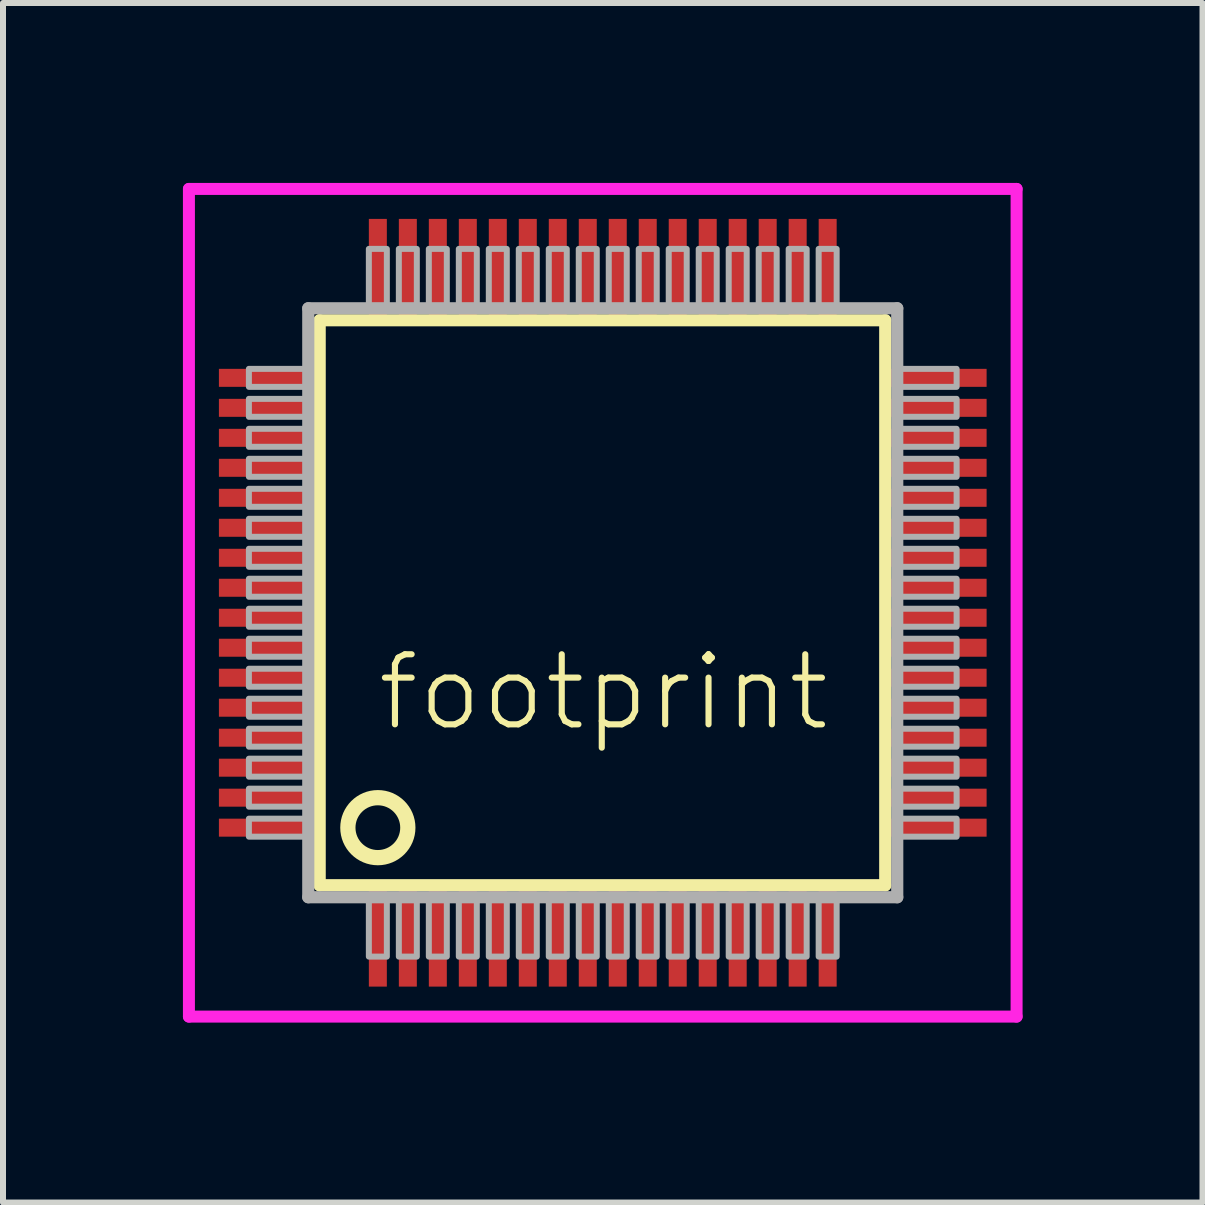
<source format=kicad_pcb>
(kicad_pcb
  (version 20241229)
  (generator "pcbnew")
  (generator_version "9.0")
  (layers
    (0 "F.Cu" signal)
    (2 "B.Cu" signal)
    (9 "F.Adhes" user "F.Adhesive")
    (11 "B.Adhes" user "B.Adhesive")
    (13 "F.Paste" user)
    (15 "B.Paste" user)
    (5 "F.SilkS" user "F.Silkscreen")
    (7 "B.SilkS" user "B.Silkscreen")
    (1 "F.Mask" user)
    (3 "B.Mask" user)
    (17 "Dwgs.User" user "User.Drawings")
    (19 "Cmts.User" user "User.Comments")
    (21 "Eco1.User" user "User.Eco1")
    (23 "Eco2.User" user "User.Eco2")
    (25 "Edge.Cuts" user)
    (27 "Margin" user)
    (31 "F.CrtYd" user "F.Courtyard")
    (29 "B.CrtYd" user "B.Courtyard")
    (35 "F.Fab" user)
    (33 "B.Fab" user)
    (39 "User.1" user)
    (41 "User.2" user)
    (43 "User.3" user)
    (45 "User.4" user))
  (footprint "footprint"
    (layer "F.Cu")
    (at 7 7)
    (property "Reference" "footprint" (at -3.81 2.175 0) (layer "F.SilkS") (effects (font (size 1.168 1.168) (thickness 0.102)) (justify left bottom)))
    (fp_line (start -4.72 -4.71) (end 4.71 -4.71) (stroke (width 0.203) (type solid)) (layer "F.SilkS"))
    (fp_line (start -4.72 4.71) (end -4.72 -4.71) (stroke (width 0.203) (type solid)) (layer "F.SilkS"))
    (fp_line (start 4.71 -4.71) (end 4.71 4.71) (stroke (width 0.203) (type solid)) (layer "F.SilkS"))
    (fp_line (start 4.71 4.71) (end -4.72 4.71) (stroke (width 0.203) (type solid)) (layer "F.SilkS"))
    (fp_circle (center -3.75 3.75) (end -3.25 3.75) (stroke (width 0.254) (type solid)) (fill no) (layer "F.SilkS"))
    (fp_line (start -6.9 -6.9) (end 6.9 -6.9) (stroke (width 0.2) (type solid)) (layer "F.CrtYd"))
    (fp_line (start -6.9 6.9) (end -6.9 -6.9) (stroke (width 0.2) (type solid)) (layer "F.CrtYd"))
    (fp_line (start 6.9 -6.9) (end 6.9 6.9) (stroke (width 0.2) (type solid)) (layer "F.CrtYd"))
    (fp_line (start 6.9 6.9) (end -6.9 6.9) (stroke (width 0.2) (type solid)) (layer "F.CrtYd"))
    (fp_line (start -4.91 -4.91) (end -4.91 4.91) (stroke (width 0.203) (type solid)) (layer "F.Fab"))
    (fp_line (start -4.91 4.91) (end 4.91 4.91) (stroke (width 0.203) (type solid)) (layer "F.Fab"))
    (fp_line (start 4.91 -4.91) (end -4.91 -4.91) (stroke (width 0.203) (type solid)) (layer "F.Fab"))
    (fp_line (start 4.91 4.91) (end 4.91 -4.91) (stroke (width 0.203) (type solid)) (layer "F.Fab"))
    (fp_poly (pts (xy -5.9 -3.6) (xy -4.95 -3.6) (xy -4.95 -3.9) (xy -5.9 -3.9)) (stroke (width 0.1) (type solid)) (fill no) (layer "F.Fab"))
    (fp_poly (pts (xy -5.9 -3.1) (xy -4.95 -3.1) (xy -4.95 -3.4) (xy -5.9 -3.4)) (stroke (width 0.1) (type solid)) (fill no) (layer "F.Fab"))
    (fp_poly (pts (xy -5.9 -2.6) (xy -4.95 -2.6) (xy -4.95 -2.9) (xy -5.9 -2.9)) (stroke (width 0.1) (type solid)) (fill no) (layer "F.Fab"))
    (fp_poly (pts (xy -5.9 -2.1) (xy -4.95 -2.1) (xy -4.95 -2.4) (xy -5.9 -2.4)) (stroke (width 0.1) (type solid)) (fill no) (layer "F.Fab"))
    (fp_poly (pts (xy -5.9 -1.6) (xy -4.95 -1.6) (xy -4.95 -1.9) (xy -5.9 -1.9)) (stroke (width 0.1) (type solid)) (fill no) (layer "F.Fab"))
    (fp_poly (pts (xy -5.9 -1.1) (xy -4.95 -1.1) (xy -4.95 -1.4) (xy -5.9 -1.4)) (stroke (width 0.1) (type solid)) (fill no) (layer "F.Fab"))
    (fp_poly (pts (xy -5.9 -0.6) (xy -4.95 -0.6) (xy -4.95 -0.9) (xy -5.9 -0.9)) (stroke (width 0.1) (type solid)) (fill no) (layer "F.Fab"))
    (fp_poly (pts (xy -5.9 -0.1) (xy -4.95 -0.1) (xy -4.95 -0.4) (xy -5.9 -0.4)) (stroke (width 0.1) (type solid)) (fill no) (layer "F.Fab"))
    (fp_poly (pts (xy -5.9 0.4) (xy -4.95 0.4) (xy -4.95 0.1) (xy -5.9 0.1)) (stroke (width 0.1) (type solid)) (fill no) (layer "F.Fab"))
    (fp_poly (pts (xy -5.9 0.9) (xy -4.95 0.9) (xy -4.95 0.6) (xy -5.9 0.6)) (stroke (width 0.1) (type solid)) (fill no) (layer "F.Fab"))
    (fp_poly (pts (xy -5.9 1.4) (xy -4.95 1.4) (xy -4.95 1.1) (xy -5.9 1.1)) (stroke (width 0.1) (type solid)) (fill no) (layer "F.Fab"))
    (fp_poly (pts (xy -5.9 1.9) (xy -4.95 1.9) (xy -4.95 1.6) (xy -5.9 1.6)) (stroke (width 0.1) (type solid)) (fill no) (layer "F.Fab"))
    (fp_poly (pts (xy -5.9 2.4) (xy -4.95 2.4) (xy -4.95 2.1) (xy -5.9 2.1)) (stroke (width 0.1) (type solid)) (fill no) (layer "F.Fab"))
    (fp_poly (pts (xy -5.9 2.9) (xy -4.95 2.9) (xy -4.95 2.6) (xy -5.9 2.6)) (stroke (width 0.1) (type solid)) (fill no) (layer "F.Fab"))
    (fp_poly (pts (xy -5.9 3.4) (xy -4.95 3.4) (xy -4.95 3.1) (xy -5.9 3.1)) (stroke (width 0.1) (type solid)) (fill no) (layer "F.Fab"))
    (fp_poly (pts (xy -5.9 3.9) (xy -4.95 3.9) (xy -4.95 3.6) (xy -5.9 3.6)) (stroke (width 0.1) (type solid)) (fill no) (layer "F.Fab"))
    (fp_poly (pts (xy -3.9 -4.95) (xy -3.6 -4.95) (xy -3.6 -5.9) (xy -3.9 -5.9)) (stroke (width 0.1) (type solid)) (fill no) (layer "F.Fab"))
    (fp_poly (pts (xy -3.9 5.9) (xy -3.6 5.9) (xy -3.6 4.95) (xy -3.9 4.95)) (stroke (width 0.1) (type solid)) (fill no) (layer "F.Fab"))
    (fp_poly (pts (xy -3.4 -4.95) (xy -3.1 -4.95) (xy -3.1 -5.9) (xy -3.4 -5.9)) (stroke (width 0.1) (type solid)) (fill no) (layer "F.Fab"))
    (fp_poly (pts (xy -3.4 5.9) (xy -3.1 5.9) (xy -3.1 4.95) (xy -3.4 4.95)) (stroke (width 0.1) (type solid)) (fill no) (layer "F.Fab"))
    (fp_poly (pts (xy -2.9 -4.95) (xy -2.6 -4.95) (xy -2.6 -5.9) (xy -2.9 -5.9)) (stroke (width 0.1) (type solid)) (fill no) (layer "F.Fab"))
    (fp_poly (pts (xy -2.9 5.9) (xy -2.6 5.9) (xy -2.6 4.95) (xy -2.9 4.95)) (stroke (width 0.1) (type solid)) (fill no) (layer "F.Fab"))
    (fp_poly (pts (xy -2.4 -4.95) (xy -2.1 -4.95) (xy -2.1 -5.9) (xy -2.4 -5.9)) (stroke (width 0.1) (type solid)) (fill no) (layer "F.Fab"))
    (fp_poly (pts (xy -2.4 5.9) (xy -2.1 5.9) (xy -2.1 4.95) (xy -2.4 4.95)) (stroke (width 0.1) (type solid)) (fill no) (layer "F.Fab"))
    (fp_poly (pts (xy -1.9 -4.95) (xy -1.6 -4.95) (xy -1.6 -5.9) (xy -1.9 -5.9)) (stroke (width 0.1) (type solid)) (fill no) (layer "F.Fab"))
    (fp_poly (pts (xy -1.9 5.9) (xy -1.6 5.9) (xy -1.6 4.95) (xy -1.9 4.95)) (stroke (width 0.1) (type solid)) (fill no) (layer "F.Fab"))
    (fp_poly (pts (xy -1.4 -4.95) (xy -1.1 -4.95) (xy -1.1 -5.9) (xy -1.4 -5.9)) (stroke (width 0.1) (type solid)) (fill no) (layer "F.Fab"))
    (fp_poly (pts (xy -1.4 5.9) (xy -1.1 5.9) (xy -1.1 4.95) (xy -1.4 4.95)) (stroke (width 0.1) (type solid)) (fill no) (layer "F.Fab"))
    (fp_poly (pts (xy -0.9 -4.95) (xy -0.6 -4.95) (xy -0.6 -5.9) (xy -0.9 -5.9)) (stroke (width 0.1) (type solid)) (fill no) (layer "F.Fab"))
    (fp_poly (pts (xy -0.9 5.9) (xy -0.6 5.9) (xy -0.6 4.95) (xy -0.9 4.95)) (stroke (width 0.1) (type solid)) (fill no) (layer "F.Fab"))
    (fp_poly (pts (xy -0.4 -4.95) (xy -0.1 -4.95) (xy -0.1 -5.9) (xy -0.4 -5.9)) (stroke (width 0.1) (type solid)) (fill no) (layer "F.Fab"))
    (fp_poly (pts (xy -0.4 5.9) (xy -0.1 5.9) (xy -0.1 4.95) (xy -0.4 4.95)) (stroke (width 0.1) (type solid)) (fill no) (layer "F.Fab"))
    (fp_poly (pts (xy 0.1 -4.95) (xy 0.4 -4.95) (xy 0.4 -5.9) (xy 0.1 -5.9)) (stroke (width 0.1) (type solid)) (fill no) (layer "F.Fab"))
    (fp_poly (pts (xy 0.1 5.9) (xy 0.4 5.9) (xy 0.4 4.95) (xy 0.1 4.95)) (stroke (width 0.1) (type solid)) (fill no) (layer "F.Fab"))
    (fp_poly (pts (xy 0.6 -4.95) (xy 0.9 -4.95) (xy 0.9 -5.9) (xy 0.6 -5.9)) (stroke (width 0.1) (type solid)) (fill no) (layer "F.Fab"))
    (fp_poly (pts (xy 0.6 5.9) (xy 0.9 5.9) (xy 0.9 4.95) (xy 0.6 4.95)) (stroke (width 0.1) (type solid)) (fill no) (layer "F.Fab"))
    (fp_poly (pts (xy 1.1 -4.95) (xy 1.4 -4.95) (xy 1.4 -5.9) (xy 1.1 -5.9)) (stroke (width 0.1) (type solid)) (fill no) (layer "F.Fab"))
    (fp_poly (pts (xy 1.1 5.9) (xy 1.4 5.9) (xy 1.4 4.95) (xy 1.1 4.95)) (stroke (width 0.1) (type solid)) (fill no) (layer "F.Fab"))
    (fp_poly (pts (xy 1.6 -4.95) (xy 1.9 -4.95) (xy 1.9 -5.9) (xy 1.6 -5.9)) (stroke (width 0.1) (type solid)) (fill no) (layer "F.Fab"))
    (fp_poly (pts (xy 1.6 5.9) (xy 1.9 5.9) (xy 1.9 4.95) (xy 1.6 4.95)) (stroke (width 0.1) (type solid)) (fill no) (layer "F.Fab"))
    (fp_poly (pts (xy 2.1 -4.95) (xy 2.4 -4.95) (xy 2.4 -5.9) (xy 2.1 -5.9)) (stroke (width 0.1) (type solid)) (fill no) (layer "F.Fab"))
    (fp_poly (pts (xy 2.1 5.9) (xy 2.4 5.9) (xy 2.4 4.95) (xy 2.1 4.95)) (stroke (width 0.1) (type solid)) (fill no) (layer "F.Fab"))
    (fp_poly (pts (xy 2.6 -4.95) (xy 2.9 -4.95) (xy 2.9 -5.9) (xy 2.6 -5.9)) (stroke (width 0.1) (type solid)) (fill no) (layer "F.Fab"))
    (fp_poly (pts (xy 2.6 5.9) (xy 2.9 5.9) (xy 2.9 4.95) (xy 2.6 4.95)) (stroke (width 0.1) (type solid)) (fill no) (layer "F.Fab"))
    (fp_poly (pts (xy 3.1 -4.95) (xy 3.4 -4.95) (xy 3.4 -5.9) (xy 3.1 -5.9)) (stroke (width 0.1) (type solid)) (fill no) (layer "F.Fab"))
    (fp_poly (pts (xy 3.1 5.9) (xy 3.4 5.9) (xy 3.4 4.95) (xy 3.1 4.95)) (stroke (width 0.1) (type solid)) (fill no) (layer "F.Fab"))
    (fp_poly (pts (xy 3.6 -4.95) (xy 3.9 -4.95) (xy 3.9 -5.9) (xy 3.6 -5.9)) (stroke (width 0.1) (type solid)) (fill no) (layer "F.Fab"))
    (fp_poly (pts (xy 3.6 5.9) (xy 3.9 5.9) (xy 3.9 4.95) (xy 3.6 4.95)) (stroke (width 0.1) (type solid)) (fill no) (layer "F.Fab"))
    (fp_poly (pts (xy 4.95 -3.6) (xy 5.9 -3.6) (xy 5.9 -3.9) (xy 4.95 -3.9)) (stroke (width 0.1) (type solid)) (fill no) (layer "F.Fab"))
    (fp_poly (pts (xy 4.95 -3.1) (xy 5.9 -3.1) (xy 5.9 -3.4) (xy 4.95 -3.4)) (stroke (width 0.1) (type solid)) (fill no) (layer "F.Fab"))
    (fp_poly (pts (xy 4.95 -2.6) (xy 5.9 -2.6) (xy 5.9 -2.9) (xy 4.95 -2.9)) (stroke (width 0.1) (type solid)) (fill no) (layer "F.Fab"))
    (fp_poly (pts (xy 4.95 -2.1) (xy 5.9 -2.1) (xy 5.9 -2.4) (xy 4.95 -2.4)) (stroke (width 0.1) (type solid)) (fill no) (layer "F.Fab"))
    (fp_poly (pts (xy 4.95 -1.6) (xy 5.9 -1.6) (xy 5.9 -1.9) (xy 4.95 -1.9)) (stroke (width 0.1) (type solid)) (fill no) (layer "F.Fab"))
    (fp_poly (pts (xy 4.95 -1.1) (xy 5.9 -1.1) (xy 5.9 -1.4) (xy 4.95 -1.4)) (stroke (width 0.1) (type solid)) (fill no) (layer "F.Fab"))
    (fp_poly (pts (xy 4.95 -0.6) (xy 5.9 -0.6) (xy 5.9 -0.9) (xy 4.95 -0.9)) (stroke (width 0.1) (type solid)) (fill no) (layer "F.Fab"))
    (fp_poly (pts (xy 4.95 -0.1) (xy 5.9 -0.1) (xy 5.9 -0.4) (xy 4.95 -0.4)) (stroke (width 0.1) (type solid)) (fill no) (layer "F.Fab"))
    (fp_poly (pts (xy 4.95 0.4) (xy 5.9 0.4) (xy 5.9 0.1) (xy 4.95 0.1)) (stroke (width 0.1) (type solid)) (fill no) (layer "F.Fab"))
    (fp_poly (pts (xy 4.95 0.9) (xy 5.9 0.9) (xy 5.9 0.6) (xy 4.95 0.6)) (stroke (width 0.1) (type solid)) (fill no) (layer "F.Fab"))
    (fp_poly (pts (xy 4.95 1.4) (xy 5.9 1.4) (xy 5.9 1.1) (xy 4.95 1.1)) (stroke (width 0.1) (type solid)) (fill no) (layer "F.Fab"))
    (fp_poly (pts (xy 4.95 1.9) (xy 5.9 1.9) (xy 5.9 1.6) (xy 4.95 1.6)) (stroke (width 0.1) (type solid)) (fill no) (layer "F.Fab"))
    (fp_poly (pts (xy 4.95 2.4) (xy 5.9 2.4) (xy 5.9 2.1) (xy 4.95 2.1)) (stroke (width 0.1) (type solid)) (fill no) (layer "F.Fab"))
    (fp_poly (pts (xy 4.95 2.9) (xy 5.9 2.9) (xy 5.9 2.6) (xy 4.95 2.6)) (stroke (width 0.1) (type solid)) (fill no) (layer "F.Fab"))
    (fp_poly (pts (xy 4.95 3.4) (xy 5.9 3.4) (xy 5.9 3.1) (xy 4.95 3.1)) (stroke (width 0.1) (type solid)) (fill no) (layer "F.Fab"))
    (fp_poly (pts (xy 4.95 3.9) (xy 5.9 3.9) (xy 5.9 3.6) (xy 4.95 3.6)) (stroke (width 0.1) (type solid)) (fill no) (layer "F.Fab"))
    (pad "1" smd rect (at -3.75 5.6) (size 0.3 1.6) (layers "F.Cu" "F.Mask" "F.Paste"))
    (pad "2" smd rect (at -3.25 5.6) (size 0.3 1.6) (layers "F.Cu" "F.Mask" "F.Paste"))
    (pad "3" smd rect (at -2.75 5.6) (size 0.3 1.6) (layers "F.Cu" "F.Mask" "F.Paste"))
    (pad "4" smd rect (at -2.25 5.6) (size 0.3 1.6) (layers "F.Cu" "F.Mask" "F.Paste"))
    (pad "5" smd rect (at -1.75 5.6) (size 0.3 1.6) (layers "F.Cu" "F.Mask" "F.Paste"))
    (pad "6" smd rect (at -1.25 5.6) (size 0.3 1.6) (layers "F.Cu" "F.Mask" "F.Paste"))
    (pad "7" smd rect (at -0.75 5.6) (size 0.3 1.6) (layers "F.Cu" "F.Mask" "F.Paste"))
    (pad "8" smd rect (at -0.25 5.6) (size 0.3 1.6) (layers "F.Cu" "F.Mask" "F.Paste"))
    (pad "9" smd rect (at 0.25 5.6) (size 0.3 1.6) (layers "F.Cu" "F.Mask" "F.Paste"))
    (pad "10" smd rect (at 0.75 5.6) (size 0.3 1.6) (layers "F.Cu" "F.Mask" "F.Paste"))
    (pad "11" smd rect (at 1.25 5.6) (size 0.3 1.6) (layers "F.Cu" "F.Mask" "F.Paste"))
    (pad "12" smd rect (at 1.75 5.6) (size 0.3 1.6) (layers "F.Cu" "F.Mask" "F.Paste"))
    (pad "13" smd rect (at 2.25 5.6) (size 0.3 1.6) (layers "F.Cu" "F.Mask" "F.Paste"))
    (pad "14" smd rect (at 2.75 5.6) (size 0.3 1.6) (layers "F.Cu" "F.Mask" "F.Paste"))
    (pad "15" smd rect (at 3.25 5.6) (size 0.3 1.6) (layers "F.Cu" "F.Mask" "F.Paste"))
    (pad "16" smd rect (at 3.75 5.6) (size 0.3 1.6) (layers "F.Cu" "F.Mask" "F.Paste"))
    (pad "17" smd rect (at 5.6 3.75) (size 1.6 0.3) (layers "F.Cu" "F.Mask" "F.Paste"))
    (pad "18" smd rect (at 5.6 3.25) (size 1.6 0.3) (layers "F.Cu" "F.Mask" "F.Paste"))
    (pad "19" smd rect (at 5.6 2.75) (size 1.6 0.3) (layers "F.Cu" "F.Mask" "F.Paste"))
    (pad "20" smd rect (at 5.6 2.25) (size 1.6 0.3) (layers "F.Cu" "F.Mask" "F.Paste"))
    (pad "21" smd rect (at 5.6 1.75) (size 1.6 0.3) (layers "F.Cu" "F.Mask" "F.Paste"))
    (pad "22" smd rect (at 5.6 1.25) (size 1.6 0.3) (layers "F.Cu" "F.Mask" "F.Paste"))
    (pad "23" smd rect (at 5.6 0.75) (size 1.6 0.3) (layers "F.Cu" "F.Mask" "F.Paste"))
    (pad "24" smd rect (at 5.6 0.25) (size 1.6 0.3) (layers "F.Cu" "F.Mask" "F.Paste"))
    (pad "25" smd rect (at 5.6 -0.25) (size 1.6 0.3) (layers "F.Cu" "F.Mask" "F.Paste"))
    (pad "26" smd rect (at 5.6 -0.75) (size 1.6 0.3) (layers "F.Cu" "F.Mask" "F.Paste"))
    (pad "27" smd rect (at 5.6 -1.25) (size 1.6 0.3) (layers "F.Cu" "F.Mask" "F.Paste"))
    (pad "28" smd rect (at 5.6 -1.75) (size 1.6 0.3) (layers "F.Cu" "F.Mask" "F.Paste"))
    (pad "29" smd rect (at 5.6 -2.25) (size 1.6 0.3) (layers "F.Cu" "F.Mask" "F.Paste"))
    (pad "30" smd rect (at 5.6 -2.75) (size 1.6 0.3) (layers "F.Cu" "F.Mask" "F.Paste"))
    (pad "31" smd rect (at 5.6 -3.25) (size 1.6 0.3) (layers "F.Cu" "F.Mask" "F.Paste"))
    (pad "32" smd rect (at 5.6 -3.75) (size 1.6 0.3) (layers "F.Cu" "F.Mask" "F.Paste"))
    (pad "33" smd rect (at 3.75 -5.6) (size 0.3 1.6) (layers "F.Cu" "F.Mask" "F.Paste"))
    (pad "34" smd rect (at 3.25 -5.6) (size 0.3 1.6) (layers "F.Cu" "F.Mask" "F.Paste"))
    (pad "35" smd rect (at 2.75 -5.6) (size 0.3 1.6) (layers "F.Cu" "F.Mask" "F.Paste"))
    (pad "36" smd rect (at 2.25 -5.6) (size 0.3 1.6) (layers "F.Cu" "F.Mask" "F.Paste"))
    (pad "37" smd rect (at 1.75 -5.6) (size 0.3 1.6) (layers "F.Cu" "F.Mask" "F.Paste"))
    (pad "38" smd rect (at 1.25 -5.6) (size 0.3 1.6) (layers "F.Cu" "F.Mask" "F.Paste"))
    (pad "39" smd rect (at 0.75 -5.6) (size 0.3 1.6) (layers "F.Cu" "F.Mask" "F.Paste"))
    (pad "40" smd rect (at 0.25 -5.6) (size 0.3 1.6) (layers "F.Cu" "F.Mask" "F.Paste"))
    (pad "41" smd rect (at -0.25 -5.6) (size 0.3 1.6) (layers "F.Cu" "F.Mask" "F.Paste"))
    (pad "42" smd rect (at -0.75 -5.6) (size 0.3 1.6) (layers "F.Cu" "F.Mask" "F.Paste"))
    (pad "43" smd rect (at -1.25 -5.6) (size 0.3 1.6) (layers "F.Cu" "F.Mask" "F.Paste"))
    (pad "44" smd rect (at -1.75 -5.6) (size 0.3 1.6) (layers "F.Cu" "F.Mask" "F.Paste"))
    (pad "45" smd rect (at -2.25 -5.6) (size 0.3 1.6) (layers "F.Cu" "F.Mask" "F.Paste"))
    (pad "46" smd rect (at -2.75 -5.6) (size 0.3 1.6) (layers "F.Cu" "F.Mask" "F.Paste"))
    (pad "47" smd rect (at -3.25 -5.6) (size 0.3 1.6) (layers "F.Cu" "F.Mask" "F.Paste"))
    (pad "48" smd rect (at -3.75 -5.6) (size 0.3 1.6) (layers "F.Cu" "F.Mask" "F.Paste"))
    (pad "49" smd rect (at -5.6 -3.75) (size 1.6 0.3) (layers "F.Cu" "F.Mask" "F.Paste"))
    (pad "50" smd rect (at -5.6 -3.25) (size 1.6 0.3) (layers "F.Cu" "F.Mask" "F.Paste"))
    (pad "51" smd rect (at -5.6 -2.75) (size 1.6 0.3) (layers "F.Cu" "F.Mask" "F.Paste"))
    (pad "52" smd rect (at -5.6 -2.25) (size 1.6 0.3) (layers "F.Cu" "F.Mask" "F.Paste"))
    (pad "53" smd rect (at -5.6 -1.75) (size 1.6 0.3) (layers "F.Cu" "F.Mask" "F.Paste"))
    (pad "54" smd rect (at -5.6 -1.25) (size 1.6 0.3) (layers "F.Cu" "F.Mask" "F.Paste"))
    (pad "55" smd rect (at -5.6 -0.75) (size 1.6 0.3) (layers "F.Cu" "F.Mask" "F.Paste"))
    (pad "56" smd rect (at -5.6 -0.25) (size 1.6 0.3) (layers "F.Cu" "F.Mask" "F.Paste"))
    (pad "57" smd rect (at -5.6 0.25) (size 1.6 0.3) (layers "F.Cu" "F.Mask" "F.Paste"))
    (pad "58" smd rect (at -5.6 0.75) (size 1.6 0.3) (layers "F.Cu" "F.Mask" "F.Paste"))
    (pad "59" smd rect (at -5.6 1.25) (size 1.6 0.3) (layers "F.Cu" "F.Mask" "F.Paste"))
    (pad "60" smd rect (at -5.6 1.75) (size 1.6 0.3) (layers "F.Cu" "F.Mask" "F.Paste"))
    (pad "61" smd rect (at -5.6 2.25) (size 1.6 0.3) (layers "F.Cu" "F.Mask" "F.Paste"))
    (pad "62" smd rect (at -5.6 2.75) (size 1.6 0.3) (layers "F.Cu" "F.Mask" "F.Paste"))
    (pad "63" smd rect (at -5.6 3.25) (size 1.6 0.3) (layers "F.Cu" "F.Mask" "F.Paste"))
    (pad "64" smd rect (at -5.6 3.75) (size 1.6 0.3) (layers "F.Cu" "F.Mask" "F.Paste")))
  (gr_rect
    (start -3 -3)
    (end 17 17)
    (stroke (width 0.1) (type default))
    (fill no)
    (layer "Edge.Cuts")))
</source>
